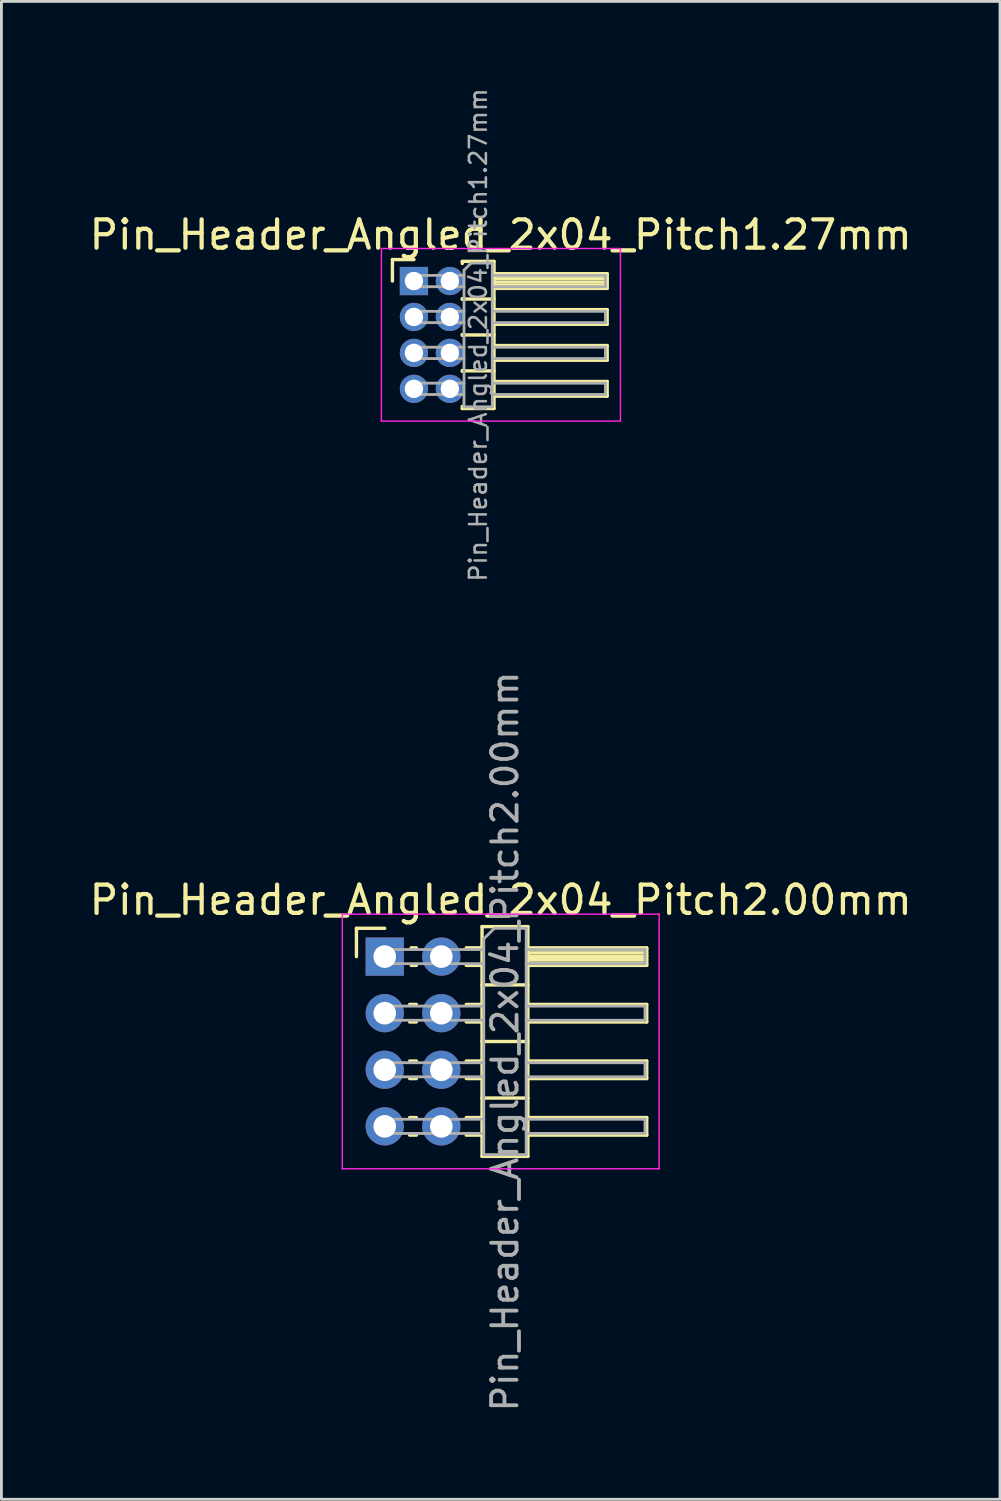
<source format=kicad_pcb>
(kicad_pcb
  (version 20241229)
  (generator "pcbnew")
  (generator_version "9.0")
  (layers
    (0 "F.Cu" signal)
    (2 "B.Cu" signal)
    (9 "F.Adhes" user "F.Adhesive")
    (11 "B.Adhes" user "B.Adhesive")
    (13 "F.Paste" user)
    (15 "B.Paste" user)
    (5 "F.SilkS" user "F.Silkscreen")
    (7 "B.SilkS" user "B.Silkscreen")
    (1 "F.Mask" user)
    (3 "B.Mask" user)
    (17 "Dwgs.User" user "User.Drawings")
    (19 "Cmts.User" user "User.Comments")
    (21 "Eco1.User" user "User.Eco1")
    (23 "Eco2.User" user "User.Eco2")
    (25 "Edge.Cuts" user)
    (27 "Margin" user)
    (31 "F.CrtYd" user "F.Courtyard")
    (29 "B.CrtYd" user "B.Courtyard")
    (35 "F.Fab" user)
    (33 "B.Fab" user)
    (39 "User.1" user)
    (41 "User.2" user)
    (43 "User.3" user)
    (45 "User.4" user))
  (footprint "Pin_Header_Angled_2x04_Pitch2.00mm"
    (layer "F.Cu")
    (at 10.549 30.763)
    (property "Reference" "Pin_Header_Angled_2x04_Pitch2.00mm" (at 4.1 -2 0) (layer "F.SilkS") (effects (font (size 1 1) (thickness 0.15))))
    (attr through_hole)
    (fp_line (start -1 -1) (end 0 -1) (stroke (width 0.12) (type solid)) (layer "F.SilkS"))
    (fp_line (start -1 0) (end -1 -1) (stroke (width 0.12) (type solid)) (layer "F.SilkS"))
    (fp_line (start 0.882 1.69) (end 1.118 1.69) (stroke (width 0.12) (type solid)) (layer "F.SilkS"))
    (fp_line (start 0.882 2.31) (end 1.118 2.31) (stroke (width 0.12) (type solid)) (layer "F.SilkS"))
    (fp_line (start 0.882 3.69) (end 1.118 3.69) (stroke (width 0.12) (type solid)) (layer "F.SilkS"))
    (fp_line (start 0.882 4.31) (end 1.118 4.31) (stroke (width 0.12) (type solid)) (layer "F.SilkS"))
    (fp_line (start 0.882 5.69) (end 1.118 5.69) (stroke (width 0.12) (type solid)) (layer "F.SilkS"))
    (fp_line (start 0.882 6.31) (end 1.118 6.31) (stroke (width 0.12) (type solid)) (layer "F.SilkS"))
    (fp_line (start 0.935 -0.31) (end 1.118 -0.31) (stroke (width 0.12) (type solid)) (layer "F.SilkS"))
    (fp_line (start 0.935 0.31) (end 1.118 0.31) (stroke (width 0.12) (type solid)) (layer "F.SilkS"))
    (fp_line (start 2.882 -0.31) (end 3.44 -0.31) (stroke (width 0.12) (type solid)) (layer "F.SilkS"))
    (fp_line (start 2.882 0.31) (end 3.44 0.31) (stroke (width 0.12) (type solid)) (layer "F.SilkS"))
    (fp_line (start 2.882 1.69) (end 3.44 1.69) (stroke (width 0.12) (type solid)) (layer "F.SilkS"))
    (fp_line (start 2.882 2.31) (end 3.44 2.31) (stroke (width 0.12) (type solid)) (layer "F.SilkS"))
    (fp_line (start 2.882 3.69) (end 3.44 3.69) (stroke (width 0.12) (type solid)) (layer "F.SilkS"))
    (fp_line (start 2.882 4.31) (end 3.44 4.31) (stroke (width 0.12) (type solid)) (layer "F.SilkS"))
    (fp_line (start 2.882 5.69) (end 3.44 5.69) (stroke (width 0.12) (type solid)) (layer "F.SilkS"))
    (fp_line (start 2.882 6.31) (end 3.44 6.31) (stroke (width 0.12) (type solid)) (layer "F.SilkS"))
    (fp_line (start 3.44 -1.06) (end 3.44 7.06) (stroke (width 0.12) (type solid)) (layer "F.SilkS"))
    (fp_line (start 3.44 1) (end 5.06 1) (stroke (width 0.12) (type solid)) (layer "F.SilkS"))
    (fp_line (start 3.44 3) (end 5.06 3) (stroke (width 0.12) (type solid)) (layer "F.SilkS"))
    (fp_line (start 3.44 5) (end 5.06 5) (stroke (width 0.12) (type solid)) (layer "F.SilkS"))
    (fp_line (start 3.44 7.06) (end 5.06 7.06) (stroke (width 0.12) (type solid)) (layer "F.SilkS"))
    (fp_line (start 5.06 -1.06) (end 3.44 -1.06) (stroke (width 0.12) (type solid)) (layer "F.SilkS"))
    (fp_line (start 5.06 -0.31) (end 9.26 -0.31) (stroke (width 0.12) (type solid)) (layer "F.SilkS"))
    (fp_line (start 5.06 -0.25) (end 9.26 -0.25) (stroke (width 0.12) (type solid)) (layer "F.SilkS"))
    (fp_line (start 5.06 -0.13) (end 9.26 -0.13) (stroke (width 0.12) (type solid)) (layer "F.SilkS"))
    (fp_line (start 5.06 -0.01) (end 9.26 -0.01) (stroke (width 0.12) (type solid)) (layer "F.SilkS"))
    (fp_line (start 5.06 0.11) (end 9.26 0.11) (stroke (width 0.12) (type solid)) (layer "F.SilkS"))
    (fp_line (start 5.06 0.23) (end 9.26 0.23) (stroke (width 0.12) (type solid)) (layer "F.SilkS"))
    (fp_line (start 5.06 1.69) (end 9.26 1.69) (stroke (width 0.12) (type solid)) (layer "F.SilkS"))
    (fp_line (start 5.06 3.69) (end 9.26 3.69) (stroke (width 0.12) (type solid)) (layer "F.SilkS"))
    (fp_line (start 5.06 5.69) (end 9.26 5.69) (stroke (width 0.12) (type solid)) (layer "F.SilkS"))
    (fp_line (start 5.06 7.06) (end 5.06 -1.06) (stroke (width 0.12) (type solid)) (layer "F.SilkS"))
    (fp_line (start 9.26 -0.31) (end 9.26 0.31) (stroke (width 0.12) (type solid)) (layer "F.SilkS"))
    (fp_line (start 9.26 0.31) (end 5.06 0.31) (stroke (width 0.12) (type solid)) (layer "F.SilkS"))
    (fp_line (start 9.26 1.69) (end 9.26 2.31) (stroke (width 0.12) (type solid)) (layer "F.SilkS"))
    (fp_line (start 9.26 2.31) (end 5.06 2.31) (stroke (width 0.12) (type solid)) (layer "F.SilkS"))
    (fp_line (start 9.26 3.69) (end 9.26 4.31) (stroke (width 0.12) (type solid)) (layer "F.SilkS"))
    (fp_line (start 9.26 4.31) (end 5.06 4.31) (stroke (width 0.12) (type solid)) (layer "F.SilkS"))
    (fp_line (start 9.26 5.69) (end 9.26 6.31) (stroke (width 0.12) (type solid)) (layer "F.SilkS"))
    (fp_line (start 9.26 6.31) (end 5.06 6.31) (stroke (width 0.12) (type solid)) (layer "F.SilkS"))
    (fp_line (start -1.5 -1.5) (end -1.5 7.5) (stroke (width 0.05) (type solid)) (layer "F.CrtYd"))
    (fp_line (start -1.5 7.5) (end 9.7 7.5) (stroke (width 0.05) (type solid)) (layer "F.CrtYd"))
    (fp_line (start 9.7 -1.5) (end -1.5 -1.5) (stroke (width 0.05) (type solid)) (layer "F.CrtYd"))
    (fp_line (start 9.7 7.5) (end 9.7 -1.5) (stroke (width 0.05) (type solid)) (layer "F.CrtYd"))
    (fp_line (start -0.25 -0.25) (end -0.25 0.25) (stroke (width 0.1) (type solid)) (layer "F.Fab"))
    (fp_line (start -0.25 -0.25) (end 3.5 -0.25) (stroke (width 0.1) (type solid)) (layer "F.Fab"))
    (fp_line (start -0.25 0.25) (end 3.5 0.25) (stroke (width 0.1) (type solid)) (layer "F.Fab"))
    (fp_line (start -0.25 1.75) (end -0.25 2.25) (stroke (width 0.1) (type solid)) (layer "F.Fab"))
    (fp_line (start -0.25 1.75) (end 3.5 1.75) (stroke (width 0.1) (type solid)) (layer "F.Fab"))
    (fp_line (start -0.25 2.25) (end 3.5 2.25) (stroke (width 0.1) (type solid)) (layer "F.Fab"))
    (fp_line (start -0.25 3.75) (end -0.25 4.25) (stroke (width 0.1) (type solid)) (layer "F.Fab"))
    (fp_line (start -0.25 3.75) (end 3.5 3.75) (stroke (width 0.1) (type solid)) (layer "F.Fab"))
    (fp_line (start -0.25 4.25) (end 3.5 4.25) (stroke (width 0.1) (type solid)) (layer "F.Fab"))
    (fp_line (start -0.25 5.75) (end -0.25 6.25) (stroke (width 0.1) (type solid)) (layer "F.Fab"))
    (fp_line (start -0.25 5.75) (end 3.5 5.75) (stroke (width 0.1) (type solid)) (layer "F.Fab"))
    (fp_line (start -0.25 6.25) (end 3.5 6.25) (stroke (width 0.1) (type solid)) (layer "F.Fab"))
    (fp_line (start 3.5 -0.625) (end 3.875 -1) (stroke (width 0.1) (type solid)) (layer "F.Fab"))
    (fp_line (start 3.5 7) (end 3.5 -0.625) (stroke (width 0.1) (type solid)) (layer "F.Fab"))
    (fp_line (start 3.875 -1) (end 5 -1) (stroke (width 0.1) (type solid)) (layer "F.Fab"))
    (fp_line (start 5 -1) (end 5 7) (stroke (width 0.1) (type solid)) (layer "F.Fab"))
    (fp_line (start 5 -0.25) (end 9.2 -0.25) (stroke (width 0.1) (type solid)) (layer "F.Fab"))
    (fp_line (start 5 0.25) (end 9.2 0.25) (stroke (width 0.1) (type solid)) (layer "F.Fab"))
    (fp_line (start 5 1.75) (end 9.2 1.75) (stroke (width 0.1) (type solid)) (layer "F.Fab"))
    (fp_line (start 5 2.25) (end 9.2 2.25) (stroke (width 0.1) (type solid)) (layer "F.Fab"))
    (fp_line (start 5 3.75) (end 9.2 3.75) (stroke (width 0.1) (type solid)) (layer "F.Fab"))
    (fp_line (start 5 4.25) (end 9.2 4.25) (stroke (width 0.1) (type solid)) (layer "F.Fab"))
    (fp_line (start 5 5.75) (end 9.2 5.75) (stroke (width 0.1) (type solid)) (layer "F.Fab"))
    (fp_line (start 5 6.25) (end 9.2 6.25) (stroke (width 0.1) (type solid)) (layer "F.Fab"))
    (fp_line (start 5 7) (end 3.5 7) (stroke (width 0.1) (type solid)) (layer "F.Fab"))
    (fp_line (start 9.2 -0.25) (end 9.2 0.25) (stroke (width 0.1) (type solid)) (layer "F.Fab"))
    (fp_line (start 9.2 1.75) (end 9.2 2.25) (stroke (width 0.1) (type solid)) (layer "F.Fab"))
    (fp_line (start 9.2 3.75) (end 9.2 4.25) (stroke (width 0.1) (type solid)) (layer "F.Fab"))
    (fp_line (start 9.2 5.75) (end 9.2 6.25) (stroke (width 0.1) (type solid)) (layer "F.Fab"))
    (fp_text user "${REFERENCE}" (at 4.25 3 90) (layer "F.Fab") (effects (font (size 0.9 0.9) (thickness 0.135))))
    (pad "1" thru_hole rect (at 0 0) (size 1.35 1.35) (drill 0.8) (layers "*.Cu" "*.Mask"))
    (pad "2" thru_hole oval (at 2 0) (size 1.35 1.35) (drill 0.8) (layers "*.Cu" "*.Mask"))
    (pad "3" thru_hole oval (at 0 2) (size 1.35 1.35) (drill 0.8) (layers "*.Cu" "*.Mask"))
    (pad "4" thru_hole oval (at 2 2) (size 1.35 1.35) (drill 0.8) (layers "*.Cu" "*.Mask"))
    (pad "5" thru_hole oval (at 0 4) (size 1.35 1.35) (drill 0.8) (layers "*.Cu" "*.Mask"))
    (pad "6" thru_hole oval (at 2 4) (size 1.35 1.35) (drill 0.8) (layers "*.Cu" "*.Mask"))
    (pad "7" thru_hole oval (at 0 6) (size 1.35 1.35) (drill 0.8) (layers "*.Cu" "*.Mask"))
    (pad "8" thru_hole oval (at 2 6) (size 1.35 1.35) (drill 0.8) (layers "*.Cu" "*.Mask")))
  (footprint "Pin_Header_Angled_2x04_Pitch1.27mm"
    (layer "F.Cu")
    (at 11.581 6.884)
    (property "Reference" "Pin_Header_Angled_2x04_Pitch1.27mm" (at 3.067 -1.635 0) (layer "F.SilkS") (effects (font (size 1 1) (thickness 0.15))))
    (attr through_hole)
    (fp_line (start -0.76 -0.76) (end 0 -0.76) (stroke (width 0.12) (type solid)) (layer "F.SilkS"))
    (fp_line (start -0.76 0) (end -0.76 -0.76) (stroke (width 0.12) (type solid)) (layer "F.SilkS"))
    (fp_line (start 1.71 -0.695) (end 2.83 -0.695) (stroke (width 0.12) (type solid)) (layer "F.SilkS"))
    (fp_line (start 1.71 -0.62) (end 1.71 -0.695) (stroke (width 0.12) (type solid)) (layer "F.SilkS"))
    (fp_line (start 1.71 0.62) (end 1.71 0.65) (stroke (width 0.12) (type solid)) (layer "F.SilkS"))
    (fp_line (start 1.71 0.635) (end 2.83 0.635) (stroke (width 0.12) (type solid)) (layer "F.SilkS"))
    (fp_line (start 1.71 1.89) (end 1.71 1.92) (stroke (width 0.12) (type solid)) (layer "F.SilkS"))
    (fp_line (start 1.71 1.905) (end 2.83 1.905) (stroke (width 0.12) (type solid)) (layer "F.SilkS"))
    (fp_line (start 1.71 3.16) (end 1.71 3.19) (stroke (width 0.12) (type solid)) (layer "F.SilkS"))
    (fp_line (start 1.71 3.175) (end 2.83 3.175) (stroke (width 0.12) (type solid)) (layer "F.SilkS"))
    (fp_line (start 1.71 4.505) (end 1.71 4.43) (stroke (width 0.12) (type solid)) (layer "F.SilkS"))
    (fp_line (start 2.83 -0.695) (end 2.83 4.505) (stroke (width 0.12) (type solid)) (layer "F.SilkS"))
    (fp_line (start 2.83 -0.26) (end 6.83 -0.26) (stroke (width 0.12) (type solid)) (layer "F.SilkS"))
    (fp_line (start 2.83 -0.2) (end 6.83 -0.2) (stroke (width 0.12) (type solid)) (layer "F.SilkS"))
    (fp_line (start 2.83 -0.08) (end 6.83 -0.08) (stroke (width 0.12) (type solid)) (layer "F.SilkS"))
    (fp_line (start 2.83 0.04) (end 6.83 0.04) (stroke (width 0.12) (type solid)) (layer "F.SilkS"))
    (fp_line (start 2.83 0.16) (end 6.83 0.16) (stroke (width 0.12) (type solid)) (layer "F.SilkS"))
    (fp_line (start 2.83 1.01) (end 6.83 1.01) (stroke (width 0.12) (type solid)) (layer "F.SilkS"))
    (fp_line (start 2.83 2.28) (end 6.83 2.28) (stroke (width 0.12) (type solid)) (layer "F.SilkS"))
    (fp_line (start 2.83 3.55) (end 6.83 3.55) (stroke (width 0.12) (type solid)) (layer "F.SilkS"))
    (fp_line (start 2.83 4.505) (end 1.71 4.505) (stroke (width 0.12) (type solid)) (layer "F.SilkS"))
    (fp_line (start 6.83 -0.26) (end 6.83 0.26) (stroke (width 0.12) (type solid)) (layer "F.SilkS"))
    (fp_line (start 6.83 0.26) (end 2.83 0.26) (stroke (width 0.12) (type solid)) (layer "F.SilkS"))
    (fp_line (start 6.83 1.01) (end 6.83 1.53) (stroke (width 0.12) (type solid)) (layer "F.SilkS"))
    (fp_line (start 6.83 1.53) (end 2.83 1.53) (stroke (width 0.12) (type solid)) (layer "F.SilkS"))
    (fp_line (start 6.83 2.28) (end 6.83 2.8) (stroke (width 0.12) (type solid)) (layer "F.SilkS"))
    (fp_line (start 6.83 2.8) (end 2.83 2.8) (stroke (width 0.12) (type solid)) (layer "F.SilkS"))
    (fp_line (start 6.83 3.55) (end 6.83 4.07) (stroke (width 0.12) (type solid)) (layer "F.SilkS"))
    (fp_line (start 6.83 4.07) (end 2.83 4.07) (stroke (width 0.12) (type solid)) (layer "F.SilkS"))
    (fp_line (start -1.15 -1.15) (end -1.15 4.95) (stroke (width 0.05) (type solid)) (layer "F.CrtYd"))
    (fp_line (start -1.15 4.95) (end 7.3 4.95) (stroke (width 0.05) (type solid)) (layer "F.CrtYd"))
    (fp_line (start 7.3 -1.15) (end -1.15 -1.15) (stroke (width 0.05) (type solid)) (layer "F.CrtYd"))
    (fp_line (start 7.3 4.95) (end 7.3 -1.15) (stroke (width 0.05) (type solid)) (layer "F.CrtYd"))
    (fp_line (start -0.2 -0.2) (end -0.2 0.2) (stroke (width 0.1) (type solid)) (layer "F.Fab"))
    (fp_line (start -0.2 -0.2) (end 1.77 -0.2) (stroke (width 0.1) (type solid)) (layer "F.Fab"))
    (fp_line (start -0.2 0.2) (end 1.77 0.2) (stroke (width 0.1) (type solid)) (layer "F.Fab"))
    (fp_line (start -0.2 1.07) (end -0.2 1.47) (stroke (width 0.1) (type solid)) (layer "F.Fab"))
    (fp_line (start -0.2 1.07) (end 1.77 1.07) (stroke (width 0.1) (type solid)) (layer "F.Fab"))
    (fp_line (start -0.2 1.47) (end 1.77 1.47) (stroke (width 0.1) (type solid)) (layer "F.Fab"))
    (fp_line (start -0.2 2.34) (end -0.2 2.74) (stroke (width 0.1) (type solid)) (layer "F.Fab"))
    (fp_line (start -0.2 2.34) (end 1.77 2.34) (stroke (width 0.1) (type solid)) (layer "F.Fab"))
    (fp_line (start -0.2 2.74) (end 1.77 2.74) (stroke (width 0.1) (type solid)) (layer "F.Fab"))
    (fp_line (start -0.2 3.61) (end -0.2 4.01) (stroke (width 0.1) (type solid)) (layer "F.Fab"))
    (fp_line (start -0.2 3.61) (end 1.77 3.61) (stroke (width 0.1) (type solid)) (layer "F.Fab"))
    (fp_line (start -0.2 4.01) (end 1.77 4.01) (stroke (width 0.1) (type solid)) (layer "F.Fab"))
    (fp_line (start 1.77 -0.385) (end 2.02 -0.635) (stroke (width 0.1) (type solid)) (layer "F.Fab"))
    (fp_line (start 1.77 4.445) (end 1.77 -0.385) (stroke (width 0.1) (type solid)) (layer "F.Fab"))
    (fp_line (start 2.02 -0.635) (end 2.77 -0.635) (stroke (width 0.1) (type solid)) (layer "F.Fab"))
    (fp_line (start 2.77 -0.635) (end 2.77 4.445) (stroke (width 0.1) (type solid)) (layer "F.Fab"))
    (fp_line (start 2.77 -0.2) (end 6.77 -0.2) (stroke (width 0.1) (type solid)) (layer "F.Fab"))
    (fp_line (start 2.77 0.2) (end 6.77 0.2) (stroke (width 0.1) (type solid)) (layer "F.Fab"))
    (fp_line (start 2.77 1.07) (end 6.77 1.07) (stroke (width 0.1) (type solid)) (layer "F.Fab"))
    (fp_line (start 2.77 1.47) (end 6.77 1.47) (stroke (width 0.1) (type solid)) (layer "F.Fab"))
    (fp_line (start 2.77 2.34) (end 6.77 2.34) (stroke (width 0.1) (type solid)) (layer "F.Fab"))
    (fp_line (start 2.77 2.74) (end 6.77 2.74) (stroke (width 0.1) (type solid)) (layer "F.Fab"))
    (fp_line (start 2.77 3.61) (end 6.77 3.61) (stroke (width 0.1) (type solid)) (layer "F.Fab"))
    (fp_line (start 2.77 4.01) (end 6.77 4.01) (stroke (width 0.1) (type solid)) (layer "F.Fab"))
    (fp_line (start 2.77 4.445) (end 1.77 4.445) (stroke (width 0.1) (type solid)) (layer "F.Fab"))
    (fp_line (start 6.77 -0.2) (end 6.77 0.2) (stroke (width 0.1) (type solid)) (layer "F.Fab"))
    (fp_line (start 6.77 1.07) (end 6.77 1.47) (stroke (width 0.1) (type solid)) (layer "F.Fab"))
    (fp_line (start 6.77 2.34) (end 6.77 2.74) (stroke (width 0.1) (type solid)) (layer "F.Fab"))
    (fp_line (start 6.77 3.61) (end 6.77 4.01) (stroke (width 0.1) (type solid)) (layer "F.Fab"))
    (fp_text user "${REFERENCE}" (at 2.27 1.905 90) (layer "F.Fab") (effects (font (size 0.6 0.6) (thickness 0.09))))
    (pad "1" thru_hole rect (at 0 0) (size 1 1) (drill 0.65) (layers "*.Cu" "*.Mask"))
    (pad "2" thru_hole oval (at 1.27 0) (size 1 1) (drill 0.65) (layers "*.Cu" "*.Mask"))
    (pad "3" thru_hole oval (at 0 1.27) (size 1 1) (drill 0.65) (layers "*.Cu" "*.Mask"))
    (pad "4" thru_hole oval (at 1.27 1.27) (size 1 1) (drill 0.65) (layers "*.Cu" "*.Mask"))
    (pad "5" thru_hole oval (at 0 2.54) (size 1 1) (drill 0.65) (layers "*.Cu" "*.Mask"))
    (pad "6" thru_hole oval (at 1.27 2.54) (size 1 1) (drill 0.65) (layers "*.Cu" "*.Mask"))
    (pad "7" thru_hole oval (at 0 3.81) (size 1 1) (drill 0.65) (layers "*.Cu" "*.Mask"))
    (pad "8" thru_hole oval (at 1.27 3.81) (size 1 1) (drill 0.65) (layers "*.Cu" "*.Mask")))
  (gr_rect
    (start -3 -3)
    (end 32.298 49.946)
    (stroke (width 0.1) (type default))
    (fill no)
    (layer "Edge.Cuts")))
</source>
